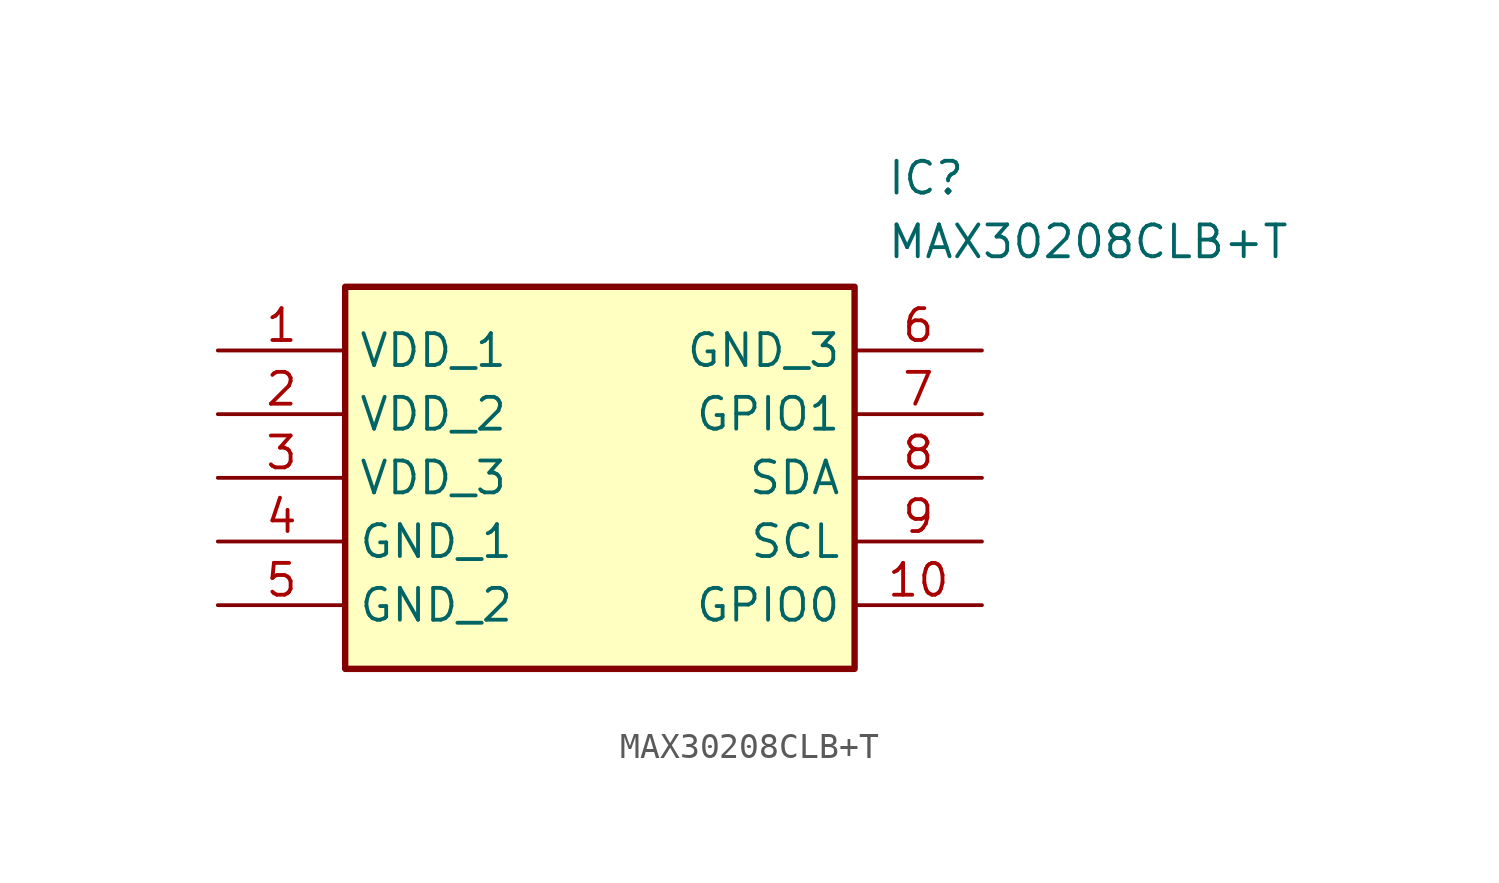
<source format=kicad_sym>
(kicad_symbol_lib
  (version 20211014)
  (generator SamacSys_ECAD_Model)
  (symbol "MAX30208CLB+T"
    (property "Reference" "IC"
      (at 26.67 7.62 0)
      (effects (font (size 1.27 1.27)) (justify left top)))
    (property "Value" "MAX30208CLB+T"
      (at 26.67 5.08 0)
      (effects (font (size 1.27 1.27)) (justify left top)))
    (rectangle
      (start 5.08 2.54)
      (end 25.4 -12.7)
      (stroke (width 0.254) (type default))
      (fill (type background)))
    (pin passive line
      (at 0 0 0)
      (length 5.08)
      (name "VDD_1" (effects (font (size 1.27 1.27))))
      (number "1" (effects (font (size 1.27 1.27)))))
    (pin passive line
      (at 0 -2.54 0)
      (length 5.08)
      (name "VDD_2" (effects (font (size 1.27 1.27))))
      (number "2" (effects (font (size 1.27 1.27)))))
    (pin passive line
      (at 0 -5.08 0)
      (length 5.08)
      (name "VDD_3" (effects (font (size 1.27 1.27))))
      (number "3" (effects (font (size 1.27 1.27)))))
    (pin passive line
      (at 0 -7.62 0)
      (length 5.08)
      (name "GND_1" (effects (font (size 1.27 1.27))))
      (number "4" (effects (font (size 1.27 1.27)))))
    (pin passive line
      (at 0 -10.16 0)
      (length 5.08)
      (name "GND_2" (effects (font (size 1.27 1.27))))
      (number "5" (effects (font (size 1.27 1.27)))))
    (pin passive line
      (at 30.48 0 180)
      (length 5.08)
      (name "GND_3" (effects (font (size 1.27 1.27))))
      (number "6" (effects (font (size 1.27 1.27)))))
    (pin passive line
      (at 30.48 -2.54 180)
      (length 5.08)
      (name "GPIO1" (effects (font (size 1.27 1.27))))
      (number "7" (effects (font (size 1.27 1.27)))))
    (pin passive line
      (at 30.48 -5.08 180)
      (length 5.08)
      (name "SDA" (effects (font (size 1.27 1.27))))
      (number "8" (effects (font (size 1.27 1.27)))))
    (pin passive line
      (at 30.48 -7.62 180)
      (length 5.08)
      (name "SCL" (effects (font (size 1.27 1.27))))
      (number "9" (effects (font (size 1.27 1.27)))))
    (pin passive line
      (at 30.48 -10.16 180)
      (length 5.08)
      (name "GPIO0" (effects (font (size 1.27 1.27))))
      (number "10" (effects (font (size 1.27 1.27)))))))
</source>
